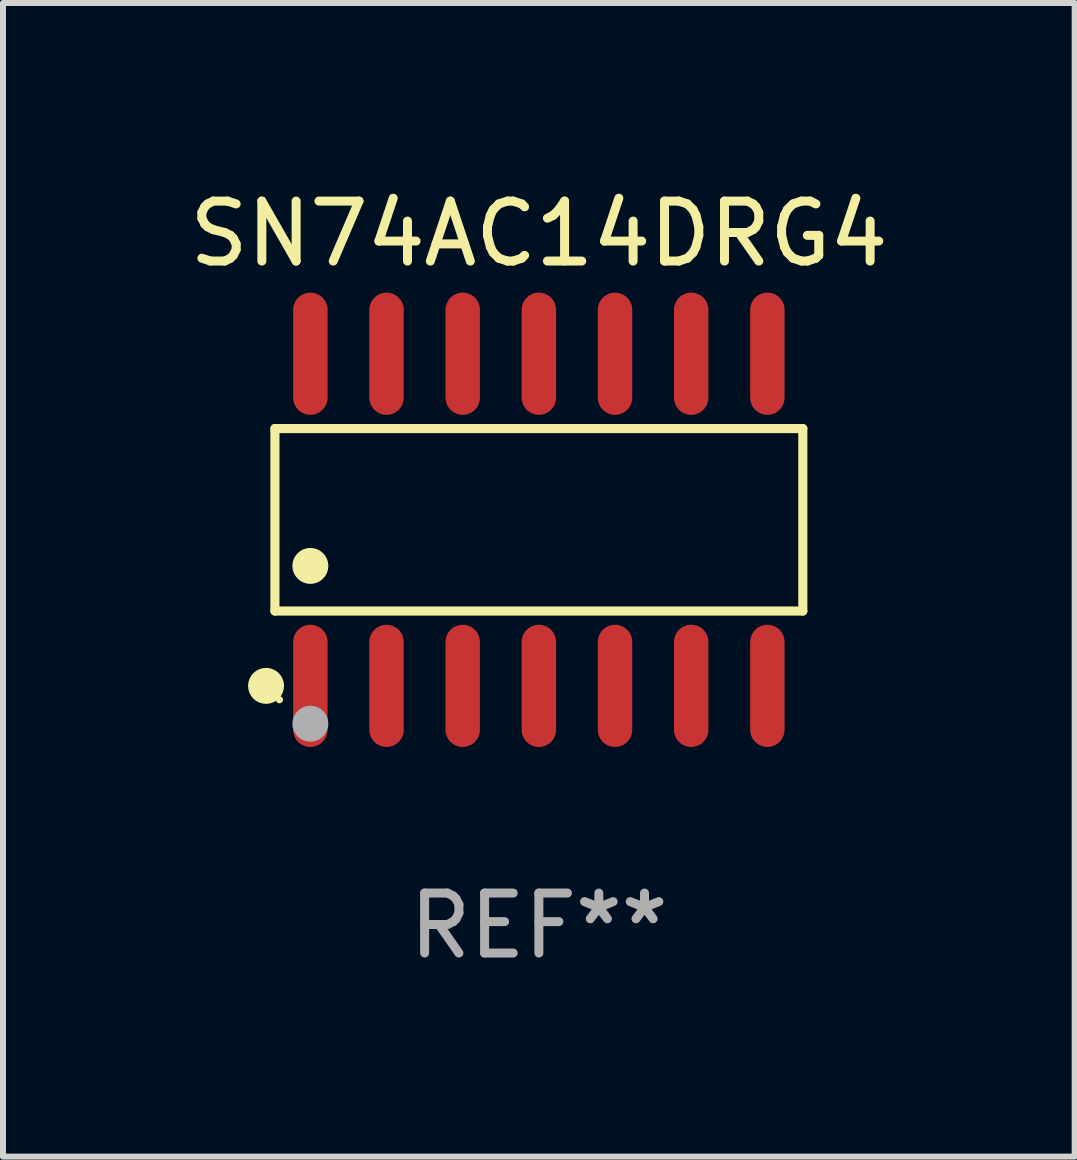
<source format=kicad_pcb>
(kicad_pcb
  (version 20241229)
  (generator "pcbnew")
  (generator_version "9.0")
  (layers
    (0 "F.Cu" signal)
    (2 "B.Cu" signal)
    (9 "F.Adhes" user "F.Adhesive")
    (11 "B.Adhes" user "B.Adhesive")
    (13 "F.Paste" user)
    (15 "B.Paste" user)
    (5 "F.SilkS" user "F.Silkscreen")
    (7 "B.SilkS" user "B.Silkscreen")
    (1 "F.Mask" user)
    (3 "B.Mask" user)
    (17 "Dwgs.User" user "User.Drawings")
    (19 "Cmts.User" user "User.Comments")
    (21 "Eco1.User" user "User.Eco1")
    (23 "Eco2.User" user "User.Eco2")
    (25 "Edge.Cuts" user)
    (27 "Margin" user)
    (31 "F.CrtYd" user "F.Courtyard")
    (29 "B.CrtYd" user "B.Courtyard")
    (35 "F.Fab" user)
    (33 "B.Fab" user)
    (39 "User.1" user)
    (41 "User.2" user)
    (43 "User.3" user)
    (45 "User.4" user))
  (footprint "SN74AC14DRG4"
    (layer "F.Cu")
    (at 5.935 5.617)
    (property "Reference" "SN74AC14DRG4" (at 0 -4.769 0) (layer "F.SilkS") (effects (font (size 1 1) (thickness 0.15))))
    (attr through_hole)
    (fp_line (start -4.401 -1.521) (end 4.401 -1.521) (stroke (width 0.152) (type solid)) (layer "F.SilkS"))
    (fp_line (start -4.401 1.521) (end -4.401 -1.521) (stroke (width 0.152) (type solid)) (layer "F.SilkS"))
    (fp_line (start 4.401 -1.521) (end 4.401 1.521) (stroke (width 0.152) (type solid)) (layer "F.SilkS"))
    (fp_line (start 4.401 1.521) (end -4.401 1.521) (stroke (width 0.152) (type solid)) (layer "F.SilkS"))
    (fp_circle (center -4.549 2.769) (end -4.399 2.769) (stroke (width 0.3) (type solid)) (fill no) (layer "F.SilkS"))
    (fp_circle (center -4.325 3) (end -4.295 3) (stroke (width 0.06) (type solid)) (fill no) (layer "F.SilkS"))
    (fp_circle (center -3.81 0.769) (end -3.66 0.769) (stroke (width 0.3) (type solid)) (fill no) (layer "F.SilkS"))
    (fp_circle (center -3.81 3.4) (end -3.66 3.4) (stroke (width 0.3) (type solid)) (fill no) (layer "F.Fab"))
    (fp_text user "REF**" (at 0 6.769 0) (layer "F.Fab") (effects (font (size 1 1) (thickness 0.15))))
    (pad "1" smd oval (at -3.81 2.769) (size 0.574 2.038) (layers "F.Cu" "F.Mask" "F.Paste"))
    (pad "2" smd oval (at -2.54 2.769) (size 0.574 2.038) (layers "F.Cu" "F.Mask" "F.Paste"))
    (pad "3" smd oval (at -1.27 2.769) (size 0.574 2.038) (layers "F.Cu" "F.Mask" "F.Paste"))
    (pad "4" smd oval (at 0 2.769) (size 0.574 2.038) (layers "F.Cu" "F.Mask" "F.Paste"))
    (pad "5" smd oval (at 1.27 2.769) (size 0.574 2.038) (layers "F.Cu" "F.Mask" "F.Paste"))
    (pad "6" smd oval (at 2.54 2.769) (size 0.574 2.038) (layers "F.Cu" "F.Mask" "F.Paste"))
    (pad "7" smd oval (at 3.81 2.769) (size 0.574 2.038) (layers "F.Cu" "F.Mask" "F.Paste"))
    (pad "8" smd oval (at 3.81 -2.769) (size 0.574 2.038) (layers "F.Cu" "F.Mask" "F.Paste"))
    (pad "9" smd oval (at 2.54 -2.769) (size 0.574 2.038) (layers "F.Cu" "F.Mask" "F.Paste"))
    (pad "10" smd oval (at 1.27 -2.769) (size 0.574 2.038) (layers "F.Cu" "F.Mask" "F.Paste"))
    (pad "11" smd oval (at 0 -2.769) (size 0.574 2.038) (layers "F.Cu" "F.Mask" "F.Paste"))
    (pad "12" smd oval (at -1.27 -2.769) (size 0.574 2.038) (layers "F.Cu" "F.Mask" "F.Paste"))
    (pad "13" smd oval (at -2.54 -2.769) (size 0.574 2.038) (layers "F.Cu" "F.Mask" "F.Paste"))
    (pad "14" smd oval (at -3.81 -2.769) (size 0.574 2.038) (layers "F.Cu" "F.Mask" "F.Paste")))
  (gr_rect
    (start -3 -3)
    (end 14.869 16.235)
    (stroke (width 0.1) (type default))
    (fill no)
    (layer "Edge.Cuts")))
</source>
